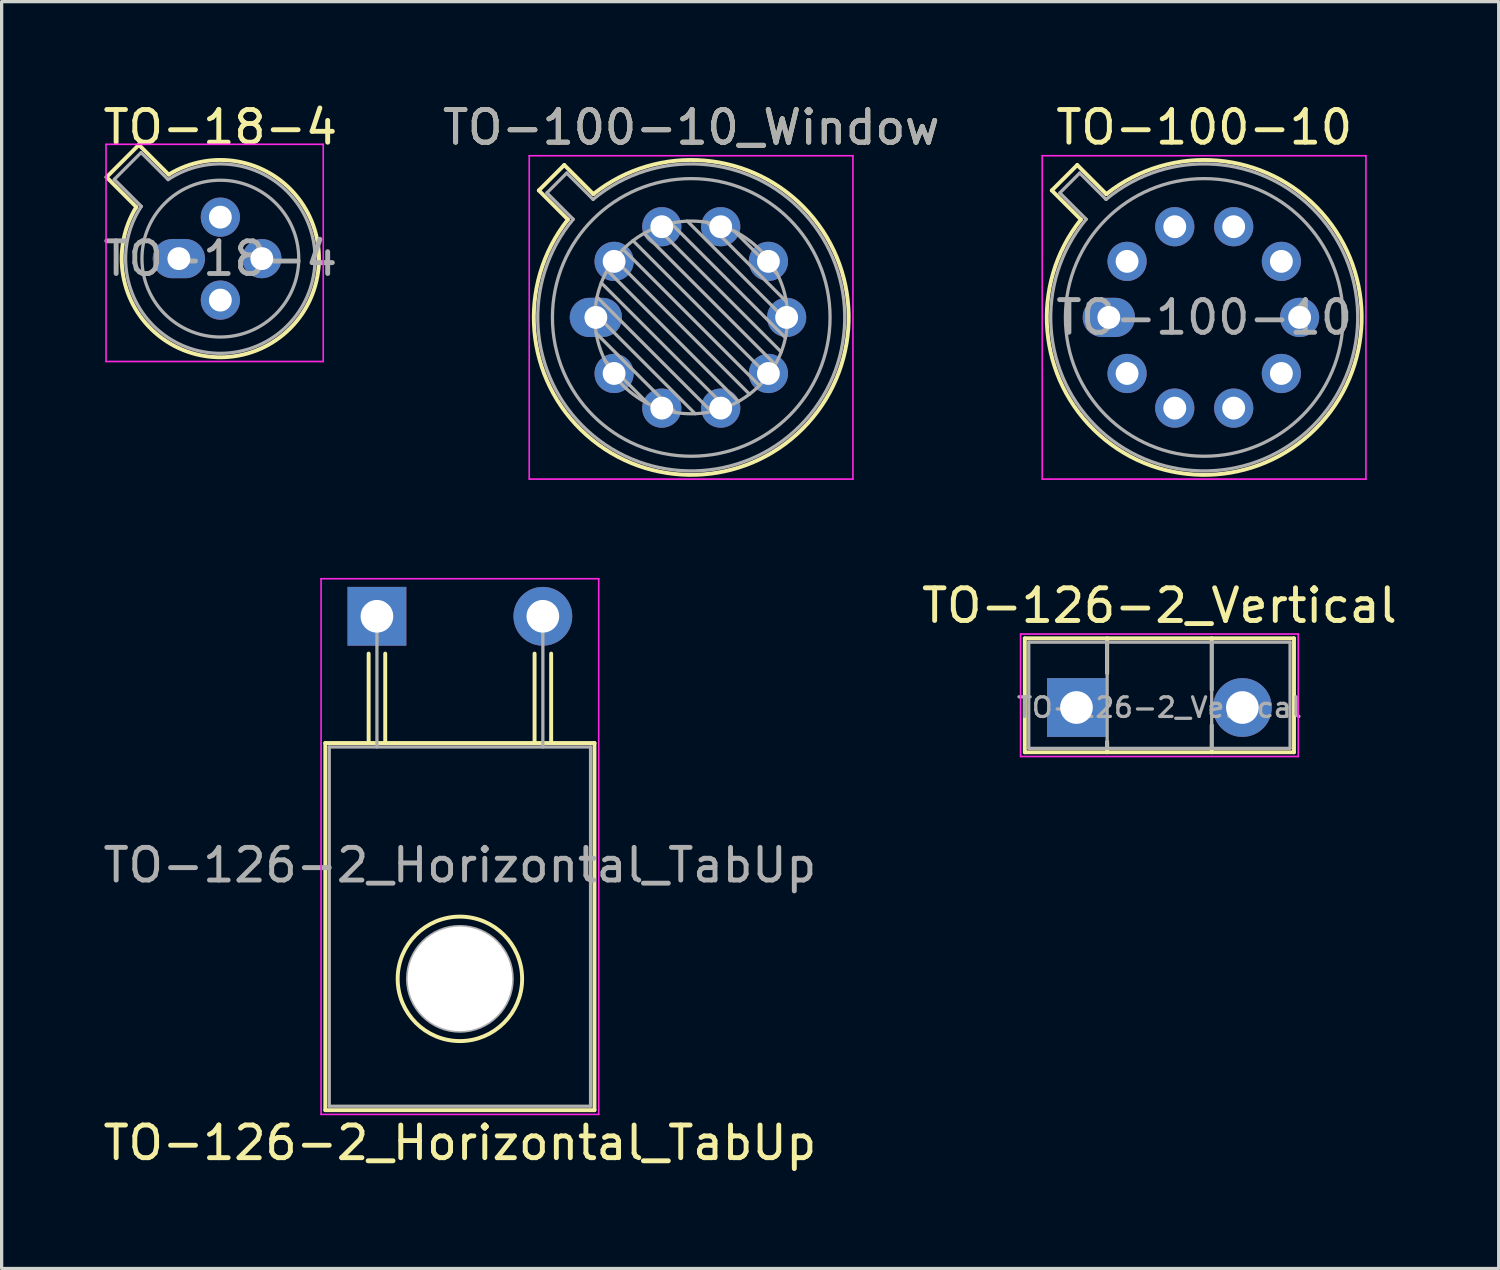
<source format=kicad_pcb>
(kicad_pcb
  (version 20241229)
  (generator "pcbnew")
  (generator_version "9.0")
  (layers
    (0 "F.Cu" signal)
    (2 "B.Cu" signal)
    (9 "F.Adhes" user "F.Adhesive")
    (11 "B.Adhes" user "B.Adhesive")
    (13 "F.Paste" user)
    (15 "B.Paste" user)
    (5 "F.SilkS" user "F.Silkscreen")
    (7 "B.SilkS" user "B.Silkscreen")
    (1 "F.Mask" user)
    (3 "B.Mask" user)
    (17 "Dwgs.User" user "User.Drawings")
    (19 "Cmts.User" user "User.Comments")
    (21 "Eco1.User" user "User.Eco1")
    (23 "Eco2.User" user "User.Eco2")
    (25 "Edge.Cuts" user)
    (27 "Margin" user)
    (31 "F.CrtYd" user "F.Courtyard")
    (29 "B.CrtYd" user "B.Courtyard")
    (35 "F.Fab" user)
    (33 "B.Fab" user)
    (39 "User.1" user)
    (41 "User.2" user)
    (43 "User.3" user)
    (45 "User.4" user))
  (footprint "TO-126-2_Vertical"
    (layer "F.Cu")
    (at 29.906 18.611)
    (property "Reference" "TO-126-2_Vertical" (at 2.54 -3.12 0) (layer "F.SilkS") (effects (font (size 1 1) (thickness 0.15))))
    (attr through_hole)
    (fp_line (start -1.58 -2.12) (end -1.58 1.37) (stroke (width 0.12) (type solid)) (layer "F.SilkS"))
    (fp_line (start -1.58 -2.12) (end 6.66 -2.12) (stroke (width 0.12) (type solid)) (layer "F.SilkS"))
    (fp_line (start -1.58 1.37) (end 6.66 1.37) (stroke (width 0.12) (type solid)) (layer "F.SilkS"))
    (fp_line (start 0.94 -2.12) (end 0.94 -1.05) (stroke (width 0.12) (type solid)) (layer "F.SilkS"))
    (fp_line (start 0.94 1.05) (end 0.94 1.37) (stroke (width 0.12) (type solid)) (layer "F.SilkS"))
    (fp_line (start 4.141 -2.12) (end 4.141 -0.54) (stroke (width 0.12) (type solid)) (layer "F.SilkS"))
    (fp_line (start 4.141 0.54) (end 4.141 1.37) (stroke (width 0.12) (type solid)) (layer "F.SilkS"))
    (fp_line (start 6.66 -2.12) (end 6.66 1.37) (stroke (width 0.12) (type solid)) (layer "F.SilkS"))
    (fp_line (start -1.71 -2.25) (end -1.71 1.5) (stroke (width 0.05) (type solid)) (layer "F.CrtYd"))
    (fp_line (start -1.71 1.5) (end 6.79 1.5) (stroke (width 0.05) (type solid)) (layer "F.CrtYd"))
    (fp_line (start 6.79 -2.25) (end -1.71 -2.25) (stroke (width 0.05) (type solid)) (layer "F.CrtYd"))
    (fp_line (start 6.79 1.5) (end 6.79 -2.25) (stroke (width 0.05) (type solid)) (layer "F.CrtYd"))
    (fp_line (start -1.46 -2) (end -1.46 1.25) (stroke (width 0.1) (type solid)) (layer "F.Fab"))
    (fp_line (start -1.46 1.25) (end 6.54 1.25) (stroke (width 0.1) (type solid)) (layer "F.Fab"))
    (fp_line (start 0.94 -2) (end 0.94 1.25) (stroke (width 0.1) (type solid)) (layer "F.Fab"))
    (fp_line (start 4.14 -2) (end 4.14 1.25) (stroke (width 0.1) (type solid)) (layer "F.Fab"))
    (fp_line (start 6.54 -2) (end -1.46 -2) (stroke (width 0.1) (type solid)) (layer "F.Fab"))
    (fp_line (start 6.54 1.25) (end 6.54 -2) (stroke (width 0.1) (type solid)) (layer "F.Fab"))
    (fp_text user "${REFERENCE}" (at 2.54 0 0) (layer "F.Fab") (effects (font (size 0.6 0.6) (thickness 0.1))))
    (pad "1" thru_hole rect (at 0 0) (size 1.8 1.8) (drill 1) (layers "*.Cu" "*.Mask"))
    (pad "2" thru_hole oval (at 5.08 0) (size 1.8 1.8) (drill 1) (layers "*.Cu" "*.Mask")))
  (footprint "TO-100-10"
    (layer "F.Cu")
    (at 30.898 6.668)
    (property "Reference" "TO-100-10" (at 2.92 -5.82 0) (layer "F.SilkS") (effects (font (size 1 1) (thickness 0.15))))
    (attr through_hole)
    (fp_line (start -1.746 -3.888) (end -0.855 -2.997) (stroke (width 0.12) (type solid)) (layer "F.SilkS"))
    (fp_line (start -0.968 -4.666) (end -1.746 -3.888) (stroke (width 0.12) (type solid)) (layer "F.SilkS"))
    (fp_line (start -0.077 -3.775) (end -0.968 -4.666) (stroke (width 0.12) (type solid)) (layer "F.SilkS"))
    (fp_arc (start -0.077084 -3.774902) (mid 6.328125 3.408384) (end -0.854674 -2.997371) (stroke (width 0.12) (type solid)) (layer "F.SilkS"))
    (fp_line (start -2.04 -4.95) (end -2.04 4.95) (stroke (width 0.05) (type solid)) (layer "F.CrtYd"))
    (fp_line (start -2.04 4.95) (end 7.87 4.95) (stroke (width 0.05) (type solid)) (layer "F.CrtYd"))
    (fp_line (start 7.87 -4.95) (end -2.04 -4.95) (stroke (width 0.05) (type solid)) (layer "F.CrtYd"))
    (fp_line (start 7.87 4.95) (end 7.87 -4.95) (stroke (width 0.05) (type solid)) (layer "F.CrtYd"))
    (fp_line (start -1.5 -3.812) (end -0.694 -3.005) (stroke (width 0.1) (type solid)) (layer "F.Fab"))
    (fp_line (start -0.892 -4.42) (end -1.5 -3.812) (stroke (width 0.1) (type solid)) (layer "F.Fab"))
    (fp_line (start -0.085 -3.614) (end -0.892 -4.42) (stroke (width 0.1) (type solid)) (layer "F.Fab"))
    (fp_arc (start -0.085408 -3.61352) (mid 6.243443 3.323361) (end -0.693594 -3.005319) (stroke (width 0.1) (type solid)) (layer "F.Fab"))
    (fp_circle (center 2.92 0) (end 7.17 0) (stroke (width 0.1) (type solid)) (fill no) (layer "F.Fab"))
    (fp_text user "${REFERENCE}" (at 2.92 0 0) (layer "F.Fab") (effects (font (size 1 1) (thickness 0.15))))
    (pad "1" thru_hole oval (at 0 0) (size 1.6 1.2) (drill 0.7) (layers "*.Cu" "*.Mask"))
    (pad "2" thru_hole oval (at 0.558 1.716) (size 1.2 1.2) (drill 0.7) (layers "*.Cu" "*.Mask"))
    (pad "3" thru_hole oval (at 2.018 2.777) (size 1.2 1.2) (drill 0.7) (layers "*.Cu" "*.Mask"))
    (pad "4" thru_hole oval (at 3.822 2.777) (size 1.2 1.2) (drill 0.7) (layers "*.Cu" "*.Mask"))
    (pad "5" thru_hole oval (at 5.282 1.716) (size 1.2 1.2) (drill 0.7) (layers "*.Cu" "*.Mask"))
    (pad "6" thru_hole oval (at 5.84 0) (size 1.2 1.2) (drill 0.7) (layers "*.Cu" "*.Mask"))
    (pad "7" thru_hole oval (at 5.282 -1.716) (size 1.2 1.2) (drill 0.7) (layers "*.Cu" "*.Mask"))
    (pad "8" thru_hole oval (at 3.822 -2.777) (size 1.2 1.2) (drill 0.7) (layers "*.Cu" "*.Mask"))
    (pad "9" thru_hole oval (at 2.018 -2.777) (size 1.2 1.2) (drill 0.7) (layers "*.Cu" "*.Mask"))
    (pad "10" thru_hole oval (at 0.558 -1.716) (size 1.2 1.2) (drill 0.7) (layers "*.Cu" "*.Mask")))
  (footprint "TO-100-10_Window"
    (layer "F.Cu")
    (at 15.193 6.668)
    (property "Reference" "TO-100-10_Window" (at 2.92 -5.82 0) (layer "F.SilkS") (effects (font (size 1 1) (thickness 0.15))))
    (attr through_hole)
    (fp_line (start -1.746 -3.888) (end -0.855 -2.997) (stroke (width 0.12) (type solid)) (layer "F.SilkS"))
    (fp_line (start -0.968 -4.666) (end -1.746 -3.888) (stroke (width 0.12) (type solid)) (layer "F.SilkS"))
    (fp_line (start -0.077 -3.775) (end -0.968 -4.666) (stroke (width 0.12) (type solid)) (layer "F.SilkS"))
    (fp_arc (start -0.077084 -3.774902) (mid 6.328125 3.408384) (end -0.854674 -2.997371) (stroke (width 0.12) (type solid)) (layer "F.SilkS"))
    (fp_line (start -2.04 -4.95) (end -2.04 4.95) (stroke (width 0.05) (type solid)) (layer "F.CrtYd"))
    (fp_line (start -2.04 4.95) (end 7.87 4.95) (stroke (width 0.05) (type solid)) (layer "F.CrtYd"))
    (fp_line (start 7.87 -4.95) (end -2.04 -4.95) (stroke (width 0.05) (type solid)) (layer "F.CrtYd"))
    (fp_line (start 7.87 4.95) (end 7.87 -4.95) (stroke (width 0.05) (type solid)) (layer "F.CrtYd"))
    (fp_line (start -1.5 -3.812) (end -0.694 -3.005) (stroke (width 0.1) (type solid)) (layer "F.Fab"))
    (fp_line (start -0.892 -4.42) (end -1.5 -3.812) (stroke (width 0.1) (type solid)) (layer "F.Fab"))
    (fp_line (start -0.085 -3.614) (end -0.892 -4.42) (stroke (width 0.1) (type solid)) (layer "F.Fab"))
    (fp_line (start -0.028 -0.12) (end 3.04 2.948) (stroke (width 0.1) (type solid)) (layer "F.Fab"))
    (fp_line (start 0.009 0.485) (end 2.435 2.911) (stroke (width 0.1) (type solid)) (layer "F.Fab"))
    (fp_line (start 0.036 -0.622) (end 3.542 2.884) (stroke (width 0.1) (type solid)) (layer "F.Fab"))
    (fp_line (start 0.165 -1.058) (end 3.978 2.755) (stroke (width 0.1) (type solid)) (layer "F.Fab"))
    (fp_line (start 0.283 1.324) (end 1.596 2.637) (stroke (width 0.1) (type solid)) (layer "F.Fab"))
    (fp_line (start 0.346 -1.443) (end 4.363 2.574) (stroke (width 0.1) (type solid)) (layer "F.Fab"))
    (fp_line (start 0.57 -1.784) (end 4.704 2.35) (stroke (width 0.1) (type solid)) (layer "F.Fab"))
    (fp_line (start 0.834 -2.086) (end 5.006 2.086) (stroke (width 0.1) (type solid)) (layer "F.Fab"))
    (fp_line (start 1.136 -2.35) (end 5.27 1.784) (stroke (width 0.1) (type solid)) (layer "F.Fab"))
    (fp_line (start 1.477 -2.574) (end 5.494 1.443) (stroke (width 0.1) (type solid)) (layer "F.Fab"))
    (fp_line (start 1.862 -2.755) (end 5.675 1.058) (stroke (width 0.1) (type solid)) (layer "F.Fab"))
    (fp_line (start 2.298 -2.884) (end 5.804 0.622) (stroke (width 0.1) (type solid)) (layer "F.Fab"))
    (fp_line (start 2.8 -2.948) (end 5.868 0.12) (stroke (width 0.1) (type solid)) (layer "F.Fab"))
    (fp_line (start 3.405 -2.911) (end 5.831 -0.485) (stroke (width 0.1) (type solid)) (layer "F.Fab"))
    (fp_line (start 4.244 -2.637) (end 5.557 -1.324) (stroke (width 0.1) (type solid)) (layer "F.Fab"))
    (fp_arc (start -0.085408 -3.61352) (mid 6.243443 3.323361) (end -0.693594 -3.005319) (stroke (width 0.1) (type solid)) (layer "F.Fab"))
    (fp_circle (center 2.92 0) (end 5.87 0) (stroke (width 0.1) (type solid)) (fill no) (layer "F.Fab"))
    (fp_circle (center 2.92 0) (end 7.17 0) (stroke (width 0.1) (type solid)) (fill no) (layer "F.Fab"))
    (fp_text user "${REFERENCE}" (at 2.92 -5.82 0) (layer "F.Fab") (effects (font (size 1 1) (thickness 0.15))))
    (pad "1" thru_hole oval (at 0 0) (size 1.6 1.2) (drill 0.7) (layers "*.Cu" "*.Mask"))
    (pad "2" thru_hole oval (at 0.558 1.716) (size 1.2 1.2) (drill 0.7) (layers "*.Cu" "*.Mask"))
    (pad "3" thru_hole oval (at 2.018 2.777) (size 1.2 1.2) (drill 0.7) (layers "*.Cu" "*.Mask"))
    (pad "4" thru_hole oval (at 3.822 2.777) (size 1.2 1.2) (drill 0.7) (layers "*.Cu" "*.Mask"))
    (pad "5" thru_hole oval (at 5.282 1.716) (size 1.2 1.2) (drill 0.7) (layers "*.Cu" "*.Mask"))
    (pad "6" thru_hole oval (at 5.84 0) (size 1.2 1.2) (drill 0.7) (layers "*.Cu" "*.Mask"))
    (pad "7" thru_hole oval (at 5.282 -1.716) (size 1.2 1.2) (drill 0.7) (layers "*.Cu" "*.Mask"))
    (pad "8" thru_hole oval (at 3.822 -2.777) (size 1.2 1.2) (drill 0.7) (layers "*.Cu" "*.Mask"))
    (pad "9" thru_hole oval (at 2.018 -2.777) (size 1.2 1.2) (drill 0.7) (layers "*.Cu" "*.Mask"))
    (pad "10" thru_hole oval (at 0.558 -1.716) (size 1.2 1.2) (drill 0.7) (layers "*.Cu" "*.Mask")))
  (footprint "TO-126-2_Horizontal_TabUp"
    (layer "F.Cu")
    (at 8.49 15.818)
    (property "Reference" "TO-126-2_Horizontal_TabUp" (at 2.54 16.12 0) (layer "F.SilkS") (effects (font (size 1 1) (thickness 0.15))))
    (attr through_hole)
    (fp_line (start -1.58 3.88) (end -1.58 15.12) (stroke (width 0.12) (type solid)) (layer "F.SilkS"))
    (fp_line (start -1.58 3.88) (end 6.66 3.88) (stroke (width 0.12) (type solid)) (layer "F.SilkS"))
    (fp_line (start -1.58 15.12) (end 6.66 15.12) (stroke (width 0.12) (type solid)) (layer "F.SilkS"))
    (fp_line (start -0.254 3.873) (end -0.254 1.143) (stroke (width 0.12) (type solid)) (layer "F.SilkS"))
    (fp_line (start 0.254 1.143) (end 0.254 3.873) (stroke (width 0.12) (type solid)) (layer "F.SilkS"))
    (fp_line (start 4.826 3.873) (end 4.826 1.143) (stroke (width 0.12) (type solid)) (layer "F.SilkS"))
    (fp_line (start 5.334 1.143) (end 5.334 3.873) (stroke (width 0.12) (type solid)) (layer "F.SilkS"))
    (fp_line (start 6.66 3.88) (end 6.66 15.12) (stroke (width 0.12) (type solid)) (layer "F.SilkS"))
    (fp_circle (center 2.54 11.1) (end 0.635 11.125) (stroke (width 0.12) (type solid)) (fill no) (layer "F.SilkS"))
    (fp_line (start -1.71 -1.15) (end -1.71 15.25) (stroke (width 0.05) (type solid)) (layer "F.CrtYd"))
    (fp_line (start -1.71 15.25) (end 6.79 15.25) (stroke (width 0.05) (type solid)) (layer "F.CrtYd"))
    (fp_line (start 6.79 -1.15) (end -1.71 -1.15) (stroke (width 0.05) (type solid)) (layer "F.CrtYd"))
    (fp_line (start 6.79 15.25) (end 6.79 -1.15) (stroke (width 0.05) (type solid)) (layer "F.CrtYd"))
    (fp_line (start -1.46 4) (end -1.46 15) (stroke (width 0.1) (type solid)) (layer "F.Fab"))
    (fp_line (start -1.46 15) (end 6.54 15) (stroke (width 0.1) (type solid)) (layer "F.Fab"))
    (fp_line (start 0 4) (end 0 0) (stroke (width 0.1) (type solid)) (layer "F.Fab"))
    (fp_line (start 5.08 4) (end 5.08 0) (stroke (width 0.1) (type solid)) (layer "F.Fab"))
    (fp_line (start 6.54 4) (end -1.46 4) (stroke (width 0.1) (type solid)) (layer "F.Fab"))
    (fp_line (start 6.54 15) (end 6.54 4) (stroke (width 0.1) (type solid)) (layer "F.Fab"))
    (fp_circle (center 2.54 11.1) (end 4.14 11.1) (stroke (width 0.1) (type solid)) (fill no) (layer "F.Fab"))
    (fp_text user "${REFERENCE}" (at 2.54 7.62 0) (layer "F.Fab") (effects (font (size 1 1) (thickness 0.15))))
    (pad "" np_thru_hole oval (at 2.54 11.1) (size 3.2 3.2) (drill 3.2) (layers "*.Cu" "*.Mask"))
    (pad "1" thru_hole rect (at 0 0) (size 1.8 1.8) (drill 1) (layers "*.Cu" "*.Mask"))
    (pad "2" thru_hole oval (at 5.08 0) (size 1.8 1.8) (drill 1) (layers "*.Cu" "*.Mask")))
  (footprint "TO-18-4"
    (layer "F.Cu")
    (at 2.426 4.868)
    (property "Reference" "TO-18-4" (at 1.27 -4.02 0) (layer "F.SilkS") (effects (font (size 1 1) (thickness 0.15))))
    (attr through_hole)
    (fp_line (start -2.214 -2.494) (end -1.302 -1.582) (stroke (width 0.12) (type solid)) (layer "F.SilkS"))
    (fp_line (start -1.224 -3.484) (end -2.214 -2.494) (stroke (width 0.12) (type solid)) (layer "F.SilkS"))
    (fp_line (start -0.312 -2.572) (end -1.224 -3.484) (stroke (width 0.12) (type solid)) (layer "F.SilkS"))
    (fp_arc (start -0.312331 -2.572281) (mid 3.405374 2.135551) (end -1.30215 -1.582544) (stroke (width 0.12) (type solid)) (layer "F.SilkS"))
    (fp_line (start -2.23 -3.5) (end -2.23 3.15) (stroke (width 0.05) (type solid)) (layer "F.CrtYd"))
    (fp_line (start -2.23 3.15) (end 4.42 3.15) (stroke (width 0.05) (type solid)) (layer "F.CrtYd"))
    (fp_line (start 4.42 -3.5) (end -2.23 -3.5) (stroke (width 0.05) (type solid)) (layer "F.CrtYd"))
    (fp_line (start 4.42 3.15) (end 4.42 -3.5) (stroke (width 0.05) (type solid)) (layer "F.CrtYd"))
    (fp_line (start -1.977 -2.426) (end -1.149 -1.599) (stroke (width 0.1) (type solid)) (layer "F.Fab"))
    (fp_line (start -1.156 -3.247) (end -1.977 -2.426) (stroke (width 0.1) (type solid)) (layer "F.Fab"))
    (fp_line (start -0.329 -2.419) (end -1.156 -3.247) (stroke (width 0.1) (type solid)) (layer "F.Fab"))
    (fp_arc (start -0.329057 -2.419301) (mid 3.321075 2.050145) (end -1.150029 -1.597956) (stroke (width 0.1) (type solid)) (layer "F.Fab"))
    (fp_circle (center 1.27 0) (end 3.67 0) (stroke (width 0.1) (type solid)) (fill no) (layer "F.Fab"))
    (fp_text user "${REFERENCE}" (at 1.27 0 0) (layer "F.Fab") (effects (font (size 1 1) (thickness 0.15))))
    (pad "1" thru_hole oval (at 0 0) (size 1.6 1.2) (drill 0.7) (layers "*.Cu" "*.Mask"))
    (pad "2" thru_hole oval (at 1.27 1.27) (size 1.2 1.2) (drill 0.7) (layers "*.Cu" "*.Mask"))
    (pad "3" thru_hole oval (at 2.54 0) (size 1.2 1.2) (drill 0.7) (layers "*.Cu" "*.Mask"))
    (pad "4" thru_hole oval (at 1.27 -1.27) (size 1.2 1.2) (drill 0.7) (layers "*.Cu" "*.Mask")))
  (gr_rect
    (start -3 -3)
    (end 42.833 35.786)
    (stroke (width 0.1) (type default))
    (fill no)
    (layer "Edge.Cuts")))
</source>
